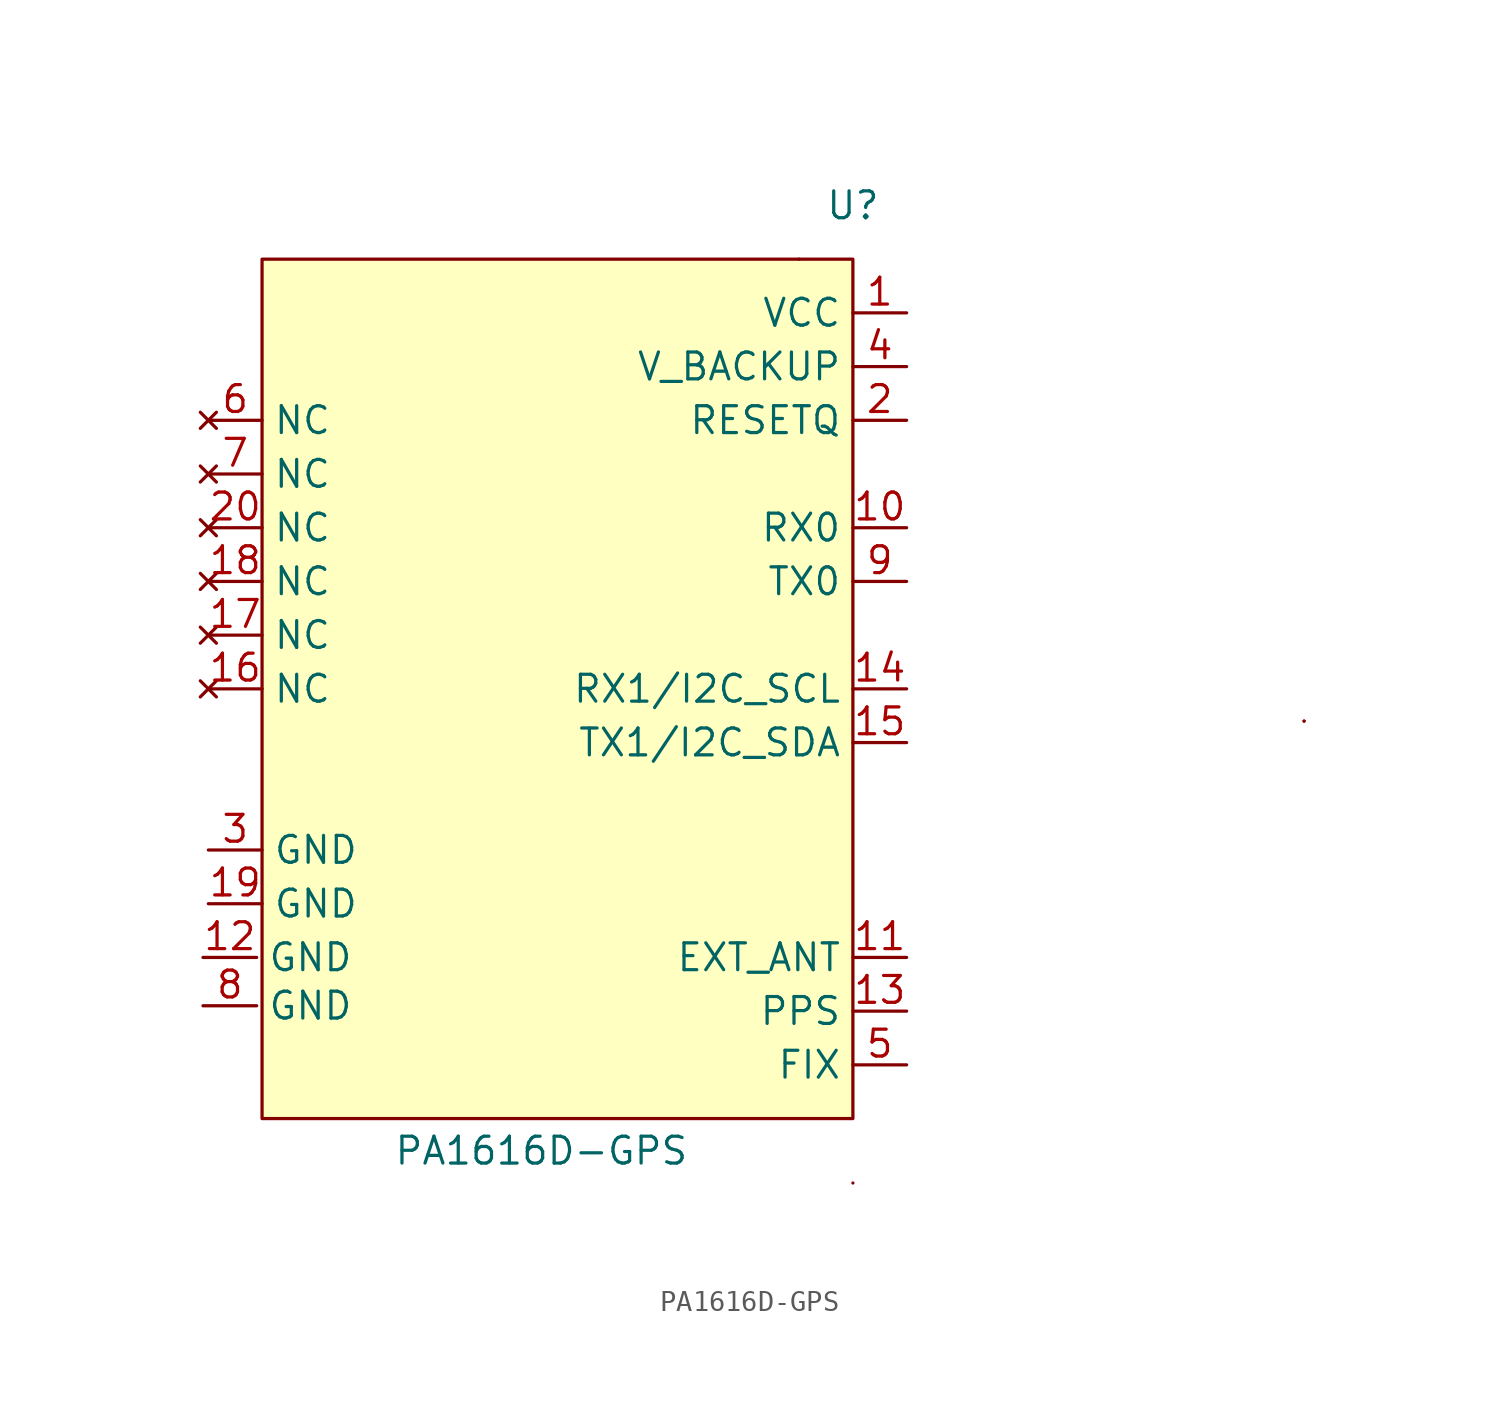
<source format=kicad_sym>
(kicad_symbol_lib
  (version 20211014)
  (generator kicad_symbol_editor)
  (symbol "PA1616D-GPS"
    (property "Reference" "U"
      (at 15.24 33.02 0)
      (effects (font (size 1.27 1.27))))
    (property "Value" "PA1616D-GPS"
      (at 0.508 -11.684 0)
      (effects (font (size 1.27 1.27))))
    (symbol "PA1616D-GPS_0_1"
      (rectangle (start -12.7 -10.16) (end 15.24 30.48) (stroke (width 0) (type default) (color 0 0 0 0)) (fill (type background)))
      (rectangle (start 12.7 30.48) (end 12.7 30.48) (stroke (width 0) (type default) (color 0 0 0 0)) (fill (type none)))
      (rectangle (start 15.24 -13.208) (end 15.24 -13.208) (stroke (width 0) (type default) (color 0 0 0 0)) (fill (type none)))
      (rectangle (start 36.576 8.636) (end 36.576 8.636) (stroke (width 0) (type default) (color 0 0 0 0)) (fill (type none)))
      (rectangle (start 36.576 8.636) (end 36.576 8.636) (stroke (width 0) (type default) (color 0 0 0 0)) (fill (type none))))
    (symbol "PA1616D-GPS_1_1"
      (pin input line (at 17.78 27.94 180) (length 2.54) (name "VCC" (effects (font (size 1.27 1.27)))) (number "1" (effects (font (size 1.27 1.27)))))
      (pin input line (at 17.78 17.78 180) (length 2.54) (name "RX0" (effects (font (size 1.27 1.27)))) (number "10" (effects (font (size 1.27 1.27)))))
      (pin input line (at 17.78 -2.54 180) (length 2.54) (name "EXT_ANT" (effects (font (size 1.27 1.27)))) (number "11" (effects (font (size 1.27 1.27)))))
      (pin input line (at -15.494 -2.54 0) (length 2.54) (name "GND" (effects (font (size 1.27 1.27)))) (number "12" (effects (font (size 1.27 1.27)))))
      (pin output line (at 17.78 -5.08 180) (length 2.54) (name "PPS" (effects (font (size 1.27 1.27)))) (number "13" (effects (font (size 1.27 1.27)))))
      (pin input line (at 17.78 10.16 180) (length 2.54) (name "RX1/I2C_SCL" (effects (font (size 1.27 1.27)))) (number "14" (effects (font (size 1.27 1.27)))))
      (pin output line (at 17.78 7.62 180) (length 2.54) (name "TX1/I2C_SDA" (effects (font (size 1.27 1.27)))) (number "15" (effects (font (size 1.27 1.27)))))
      (pin no_connect line (at -15.24 10.16 0) (length 2.54) (name "NC" (effects (font (size 1.27 1.27)))) (number "16" (effects (font (size 1.27 1.27)))))
      (pin no_connect line (at -15.24 12.7 0) (length 2.54) (name "NC" (effects (font (size 1.27 1.27)))) (number "17" (effects (font (size 1.27 1.27)))))
      (pin no_connect line (at -15.24 15.24 0) (length 2.54) (name "NC" (effects (font (size 1.27 1.27)))) (number "18" (effects (font (size 1.27 1.27)))))
      (pin input line (at -15.24 0 0) (length 2.54) (name "GND" (effects (font (size 1.27 1.27)))) (number "19" (effects (font (size 1.27 1.27)))))
      (pin input line (at 17.78 22.86 180) (length 2.54) (name "RESETQ" (effects (font (size 1.27 1.27)))) (number "2" (effects (font (size 1.27 1.27)))))
      (pin no_connect line (at -15.24 17.78 0) (length 2.54) (name "NC" (effects (font (size 1.27 1.27)))) (number "20" (effects (font (size 1.27 1.27)))))
      (pin input line (at -15.24 2.54 0) (length 2.54) (name "GND" (effects (font (size 1.27 1.27)))) (number "3" (effects (font (size 1.27 1.27)))))
      (pin input line (at 17.78 25.4 180) (length 2.54) (name "V_BACKUP" (effects (font (size 1.27 1.27)))) (number "4" (effects (font (size 1.27 1.27)))))
      (pin output line (at 17.78 -7.62 180) (length 2.54) (name "FIX" (effects (font (size 1.27 1.27)))) (number "5" (effects (font (size 1.27 1.27)))))
      (pin no_connect line (at -15.24 22.86 0) (length 2.54) (name "NC" (effects (font (size 1.27 1.27)))) (number "6" (effects (font (size 1.27 1.27)))))
      (pin no_connect line (at -15.24 20.32 0) (length 2.54) (name "NC" (effects (font (size 1.27 1.27)))) (number "7" (effects (font (size 1.27 1.27)))))
      (pin input line (at -15.494 -4.826 0) (length 2.54) (name "GND" (effects (font (size 1.27 1.27)))) (number "8" (effects (font (size 1.27 1.27)))))
      (pin output line (at 17.78 15.24 180) (length 2.54) (name "TX0" (effects (font (size 1.27 1.27)))) (number "9" (effects (font (size 1.27 1.27))))))))
</source>
